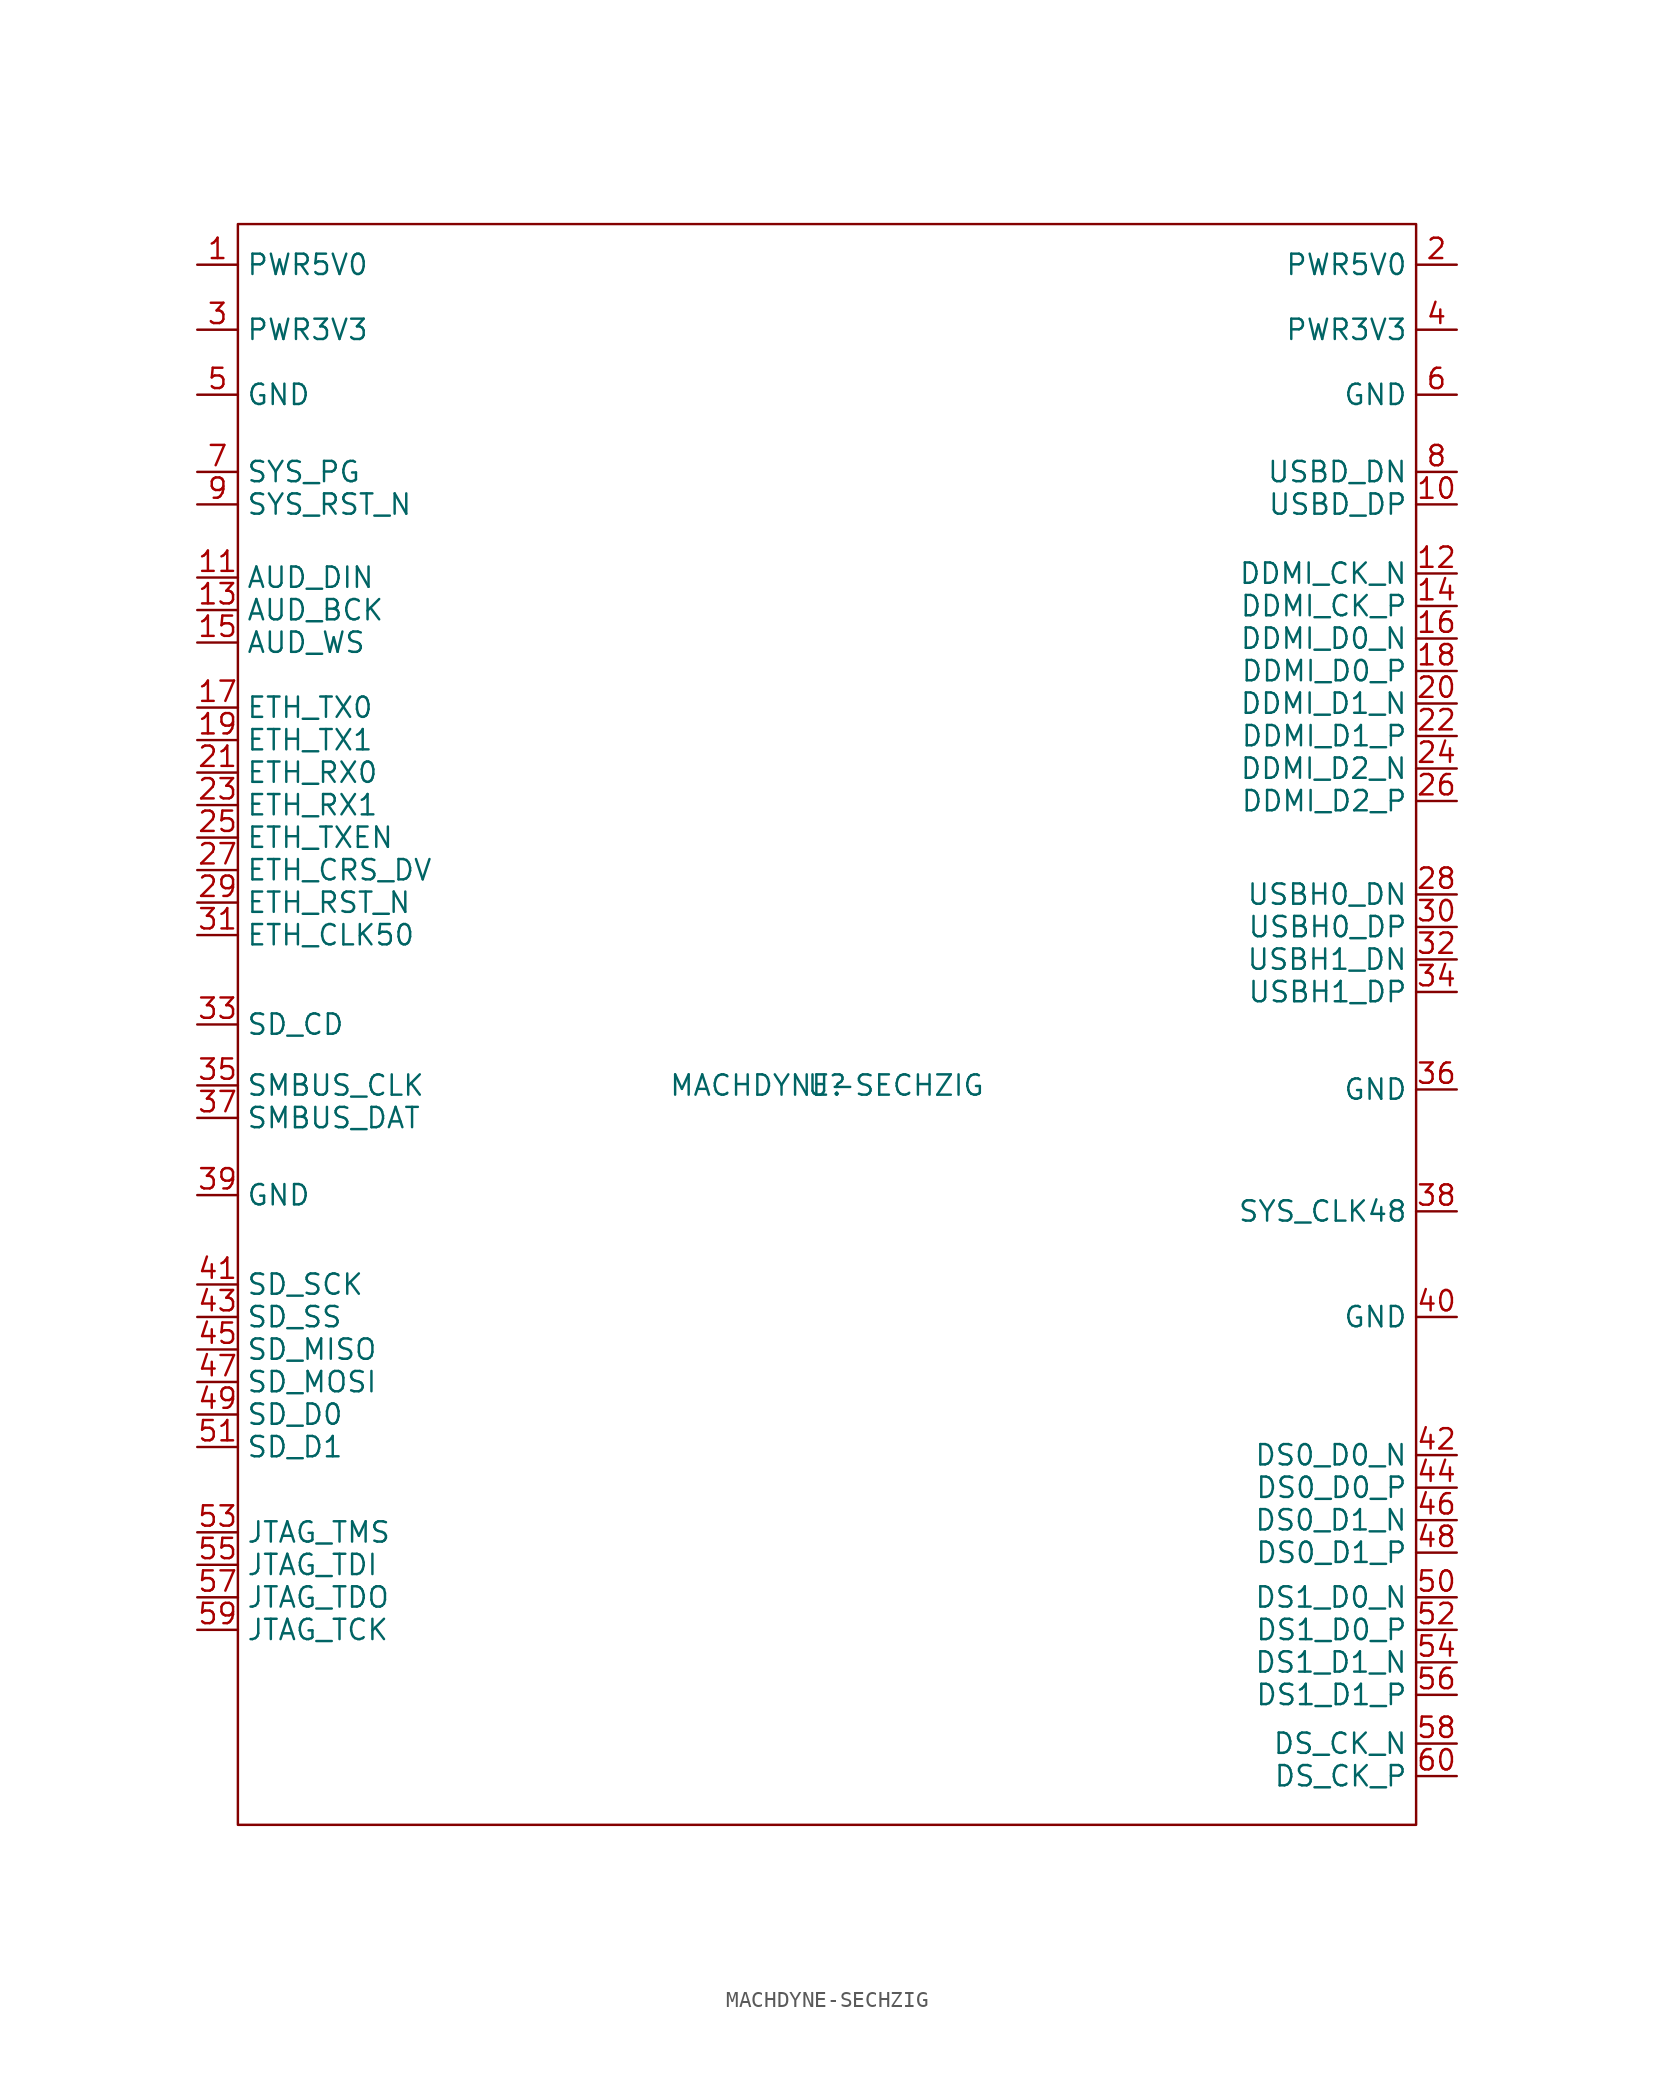
<source format=kicad_sym>
(kicad_symbol_lib
  (version 20211014)
  (generator kicad_symbol_editor)
  (symbol "MACHDYNE-SECHZIG"
    (property "Reference" "U"
      (at 0 0 0)
      (effects (font (size 1.27 1.27))))
    (property "Value" "MACHDYNE-SECHZIG"
      (at 0 0 0)
      (effects (font (size 1.27 1.27))))
    (symbol "MACHDYNE-SECHZIG_0_1"
      (rectangle (start -36.83 53.848) (end 36.83 -46.228) (stroke (width 0) (type default) (color 0 0 0 0)) (fill (type none))))
    (symbol "MACHDYNE-SECHZIG_1_1"
      (pin power_in line (at -39.37 51.308 0) (length 2.54) (name "PWR5V0" (effects (font (size 1.27 1.27)))) (number "1" (effects (font (size 1.27 1.27)))))
      (pin bidirectional line (at 39.37 36.322 180) (length 2.54) (name "USBD_DP" (effects (font (size 1.27 1.27)))) (number "10" (effects (font (size 1.27 1.27)))))
      (pin output line (at -39.37 31.75 0) (length 2.54) (name "AUD_DIN" (effects (font (size 1.27 1.27)))) (number "11" (effects (font (size 1.27 1.27)))))
      (pin output line (at 39.37 32.004 180) (length 2.54) (name "DDMI_CK_N" (effects (font (size 1.27 1.27)))) (number "12" (effects (font (size 1.27 1.27)))))
      (pin output line (at -39.37 29.718 0) (length 2.54) (name "AUD_BCK" (effects (font (size 1.27 1.27)))) (number "13" (effects (font (size 1.27 1.27)))))
      (pin output line (at 39.37 29.972 180) (length 2.54) (name "DDMI_CK_P" (effects (font (size 1.27 1.27)))) (number "14" (effects (font (size 1.27 1.27)))))
      (pin output line (at -39.37 27.686 0) (length 2.54) (name "AUD_WS" (effects (font (size 1.27 1.27)))) (number "15" (effects (font (size 1.27 1.27)))))
      (pin output line (at 39.37 27.94 180) (length 2.54) (name "DDMI_D0_N" (effects (font (size 1.27 1.27)))) (number "16" (effects (font (size 1.27 1.27)))))
      (pin bidirectional line (at -39.37 23.622 0) (length 2.54) (name "ETH_TX0" (effects (font (size 1.27 1.27)))) (number "17" (effects (font (size 1.27 1.27)))))
      (pin output line (at 39.37 25.908 180) (length 2.54) (name "DDMI_D0_P" (effects (font (size 1.27 1.27)))) (number "18" (effects (font (size 1.27 1.27)))))
      (pin bidirectional line (at -39.37 21.59 0) (length 2.54) (name "ETH_TX1" (effects (font (size 1.27 1.27)))) (number "19" (effects (font (size 1.27 1.27)))))
      (pin power_in line (at 39.37 51.308 180) (length 2.54) (name "PWR5V0" (effects (font (size 1.27 1.27)))) (number "2" (effects (font (size 1.27 1.27)))))
      (pin output line (at 39.37 23.876 180) (length 2.54) (name "DDMI_D1_N" (effects (font (size 1.27 1.27)))) (number "20" (effects (font (size 1.27 1.27)))))
      (pin bidirectional line (at -39.37 19.558 0) (length 2.54) (name "ETH_RX0" (effects (font (size 1.27 1.27)))) (number "21" (effects (font (size 1.27 1.27)))))
      (pin output line (at 39.37 21.844 180) (length 2.54) (name "DDMI_D1_P" (effects (font (size 1.27 1.27)))) (number "22" (effects (font (size 1.27 1.27)))))
      (pin bidirectional line (at -39.37 17.526 0) (length 2.54) (name "ETH_RX1" (effects (font (size 1.27 1.27)))) (number "23" (effects (font (size 1.27 1.27)))))
      (pin output line (at 39.37 19.812 180) (length 2.54) (name "DDMI_D2_N" (effects (font (size 1.27 1.27)))) (number "24" (effects (font (size 1.27 1.27)))))
      (pin bidirectional line (at -39.37 15.494 0) (length 2.54) (name "ETH_TXEN" (effects (font (size 1.27 1.27)))) (number "25" (effects (font (size 1.27 1.27)))))
      (pin output line (at 39.37 17.78 180) (length 2.54) (name "DDMI_D2_P" (effects (font (size 1.27 1.27)))) (number "26" (effects (font (size 1.27 1.27)))))
      (pin bidirectional line (at -39.37 13.462 0) (length 2.54) (name "ETH_CRS_DV" (effects (font (size 1.27 1.27)))) (number "27" (effects (font (size 1.27 1.27)))))
      (pin bidirectional line (at 39.37 11.938 180) (length 2.54) (name "USBH0_DN" (effects (font (size 1.27 1.27)))) (number "28" (effects (font (size 1.27 1.27)))))
      (pin bidirectional line (at -39.37 11.43 0) (length 2.54) (name "ETH_RST_N" (effects (font (size 1.27 1.27)))) (number "29" (effects (font (size 1.27 1.27)))))
      (pin power_in line (at -39.37 47.244 0) (length 2.54) (name "PWR3V3" (effects (font (size 1.27 1.27)))) (number "3" (effects (font (size 1.27 1.27)))))
      (pin bidirectional line (at 39.37 9.906 180) (length 2.54) (name "USBH0_DP" (effects (font (size 1.27 1.27)))) (number "30" (effects (font (size 1.27 1.27)))))
      (pin input line (at -39.37 9.398 0) (length 2.54) (name "ETH_CLK50" (effects (font (size 1.27 1.27)))) (number "31" (effects (font (size 1.27 1.27)))))
      (pin bidirectional line (at 39.37 7.874 180) (length 2.54) (name "USBH1_DN" (effects (font (size 1.27 1.27)))) (number "32" (effects (font (size 1.27 1.27)))))
      (pin input line (at -39.37 3.81 0) (length 2.54) (name "SD_CD" (effects (font (size 1.27 1.27)))) (number "33" (effects (font (size 1.27 1.27)))))
      (pin bidirectional line (at 39.37 5.842 180) (length 2.54) (name "USBH1_DP" (effects (font (size 1.27 1.27)))) (number "34" (effects (font (size 1.27 1.27)))))
      (pin bidirectional line (at -39.37 0 0) (length 2.54) (name "SMBUS_CLK" (effects (font (size 1.27 1.27)))) (number "35" (effects (font (size 1.27 1.27)))))
      (pin power_out line (at 39.37 -0.254 180) (length 2.54) (name "GND" (effects (font (size 1.27 1.27)))) (number "36" (effects (font (size 1.27 1.27)))))
      (pin bidirectional line (at -39.37 -2.032 0) (length 2.54) (name "SMBUS_DAT" (effects (font (size 1.27 1.27)))) (number "37" (effects (font (size 1.27 1.27)))))
      (pin input line (at 39.37 -7.874 180) (length 2.54) (name "SYS_CLK48" (effects (font (size 1.27 1.27)))) (number "38" (effects (font (size 1.27 1.27)))))
      (pin power_out line (at -39.37 -6.858 0) (length 2.54) (name "GND" (effects (font (size 1.27 1.27)))) (number "39" (effects (font (size 1.27 1.27)))))
      (pin power_in line (at 39.37 47.244 180) (length 2.54) (name "PWR3V3" (effects (font (size 1.27 1.27)))) (number "4" (effects (font (size 1.27 1.27)))))
      (pin power_out line (at 39.37 -14.478 180) (length 2.54) (name "GND" (effects (font (size 1.27 1.27)))) (number "40" (effects (font (size 1.27 1.27)))))
      (pin output line (at -39.37 -12.446 0) (length 2.54) (name "SD_SCK" (effects (font (size 1.27 1.27)))) (number "41" (effects (font (size 1.27 1.27)))))
      (pin bidirectional line (at 39.37 -23.114 180) (length 2.54) (name "DS0_D0_N" (effects (font (size 1.27 1.27)))) (number "42" (effects (font (size 1.27 1.27)))))
      (pin bidirectional line (at -39.37 -14.478 0) (length 2.54) (name "SD_SS" (effects (font (size 1.27 1.27)))) (number "43" (effects (font (size 1.27 1.27)))))
      (pin bidirectional line (at 39.37 -25.146 180) (length 2.54) (name "DS0_D0_P" (effects (font (size 1.27 1.27)))) (number "44" (effects (font (size 1.27 1.27)))))
      (pin bidirectional line (at -39.37 -16.51 0) (length 2.54) (name "SD_MISO" (effects (font (size 1.27 1.27)))) (number "45" (effects (font (size 1.27 1.27)))))
      (pin bidirectional line (at 39.37 -27.178 180) (length 2.54) (name "DS0_D1_N" (effects (font (size 1.27 1.27)))) (number "46" (effects (font (size 1.27 1.27)))))
      (pin bidirectional line (at -39.37 -18.542 0) (length 2.54) (name "SD_MOSI" (effects (font (size 1.27 1.27)))) (number "47" (effects (font (size 1.27 1.27)))))
      (pin bidirectional line (at 39.37 -29.21 180) (length 2.54) (name "DS0_D1_P" (effects (font (size 1.27 1.27)))) (number "48" (effects (font (size 1.27 1.27)))))
      (pin bidirectional line (at -39.37 -20.574 0) (length 2.54) (name "SD_D0" (effects (font (size 1.27 1.27)))) (number "49" (effects (font (size 1.27 1.27)))))
      (pin power_out line (at -39.37 43.18 0) (length 2.54) (name "GND" (effects (font (size 1.27 1.27)))) (number "5" (effects (font (size 1.27 1.27)))))
      (pin bidirectional line (at 39.37 -32.004 180) (length 2.54) (name "DS1_D0_N" (effects (font (size 1.27 1.27)))) (number "50" (effects (font (size 1.27 1.27)))))
      (pin bidirectional line (at -39.37 -22.606 0) (length 2.54) (name "SD_D1" (effects (font (size 1.27 1.27)))) (number "51" (effects (font (size 1.27 1.27)))))
      (pin bidirectional line (at 39.37 -34.036 180) (length 2.54) (name "DS1_D0_P" (effects (font (size 1.27 1.27)))) (number "52" (effects (font (size 1.27 1.27)))))
      (pin bidirectional line (at -39.37 -27.94 0) (length 2.54) (name "JTAG_TMS" (effects (font (size 1.27 1.27)))) (number "53" (effects (font (size 1.27 1.27)))))
      (pin bidirectional line (at 39.37 -36.068 180) (length 2.54) (name "DS1_D1_N" (effects (font (size 1.27 1.27)))) (number "54" (effects (font (size 1.27 1.27)))))
      (pin bidirectional line (at -39.37 -29.972 0) (length 2.54) (name "JTAG_TDI" (effects (font (size 1.27 1.27)))) (number "55" (effects (font (size 1.27 1.27)))))
      (pin bidirectional line (at 39.37 -38.1 180) (length 2.54) (name "DS1_D1_P" (effects (font (size 1.27 1.27)))) (number "56" (effects (font (size 1.27 1.27)))))
      (pin bidirectional line (at -39.37 -32.004 0) (length 2.54) (name "JTAG_TDO" (effects (font (size 1.27 1.27)))) (number "57" (effects (font (size 1.27 1.27)))))
      (pin bidirectional line (at 39.37 -41.148 180) (length 2.54) (name "DS_CK_N" (effects (font (size 1.27 1.27)))) (number "58" (effects (font (size 1.27 1.27)))))
      (pin bidirectional line (at -39.37 -34.036 0) (length 2.54) (name "JTAG_TCK" (effects (font (size 1.27 1.27)))) (number "59" (effects (font (size 1.27 1.27)))))
      (pin power_out line (at 39.37 43.18 180) (length 2.54) (name "GND" (effects (font (size 1.27 1.27)))) (number "6" (effects (font (size 1.27 1.27)))))
      (pin bidirectional line (at 39.37 -43.18 180) (length 2.54) (name "DS_CK_P" (effects (font (size 1.27 1.27)))) (number "60" (effects (font (size 1.27 1.27)))))
      (pin input line (at -39.37 38.354 0) (length 2.54) (name "SYS_PG" (effects (font (size 1.27 1.27)))) (number "7" (effects (font (size 1.27 1.27)))))
      (pin bidirectional line (at 39.37 38.354 180) (length 2.54) (name "USBD_DN" (effects (font (size 1.27 1.27)))) (number "8" (effects (font (size 1.27 1.27)))))
      (pin input line (at -39.37 36.322 0) (length 2.54) (name "SYS_RST_N" (effects (font (size 1.27 1.27)))) (number "9" (effects (font (size 1.27 1.27))))))))
</source>
